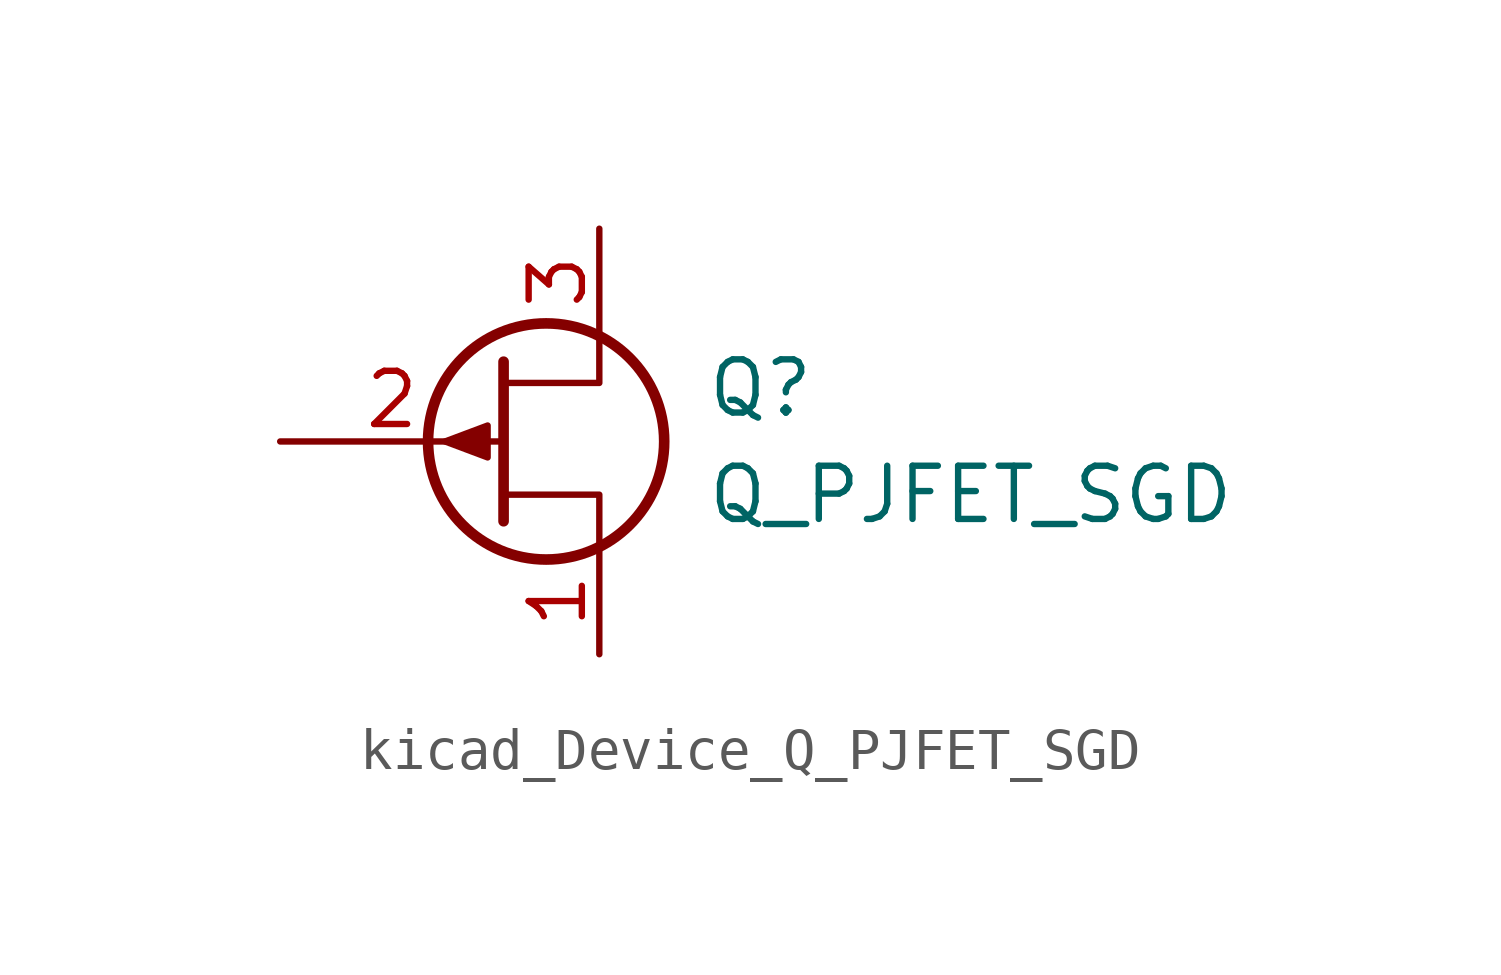
<source format=kicad_sym>
(kicad_symbol_lib
  (version 20220914)
  (generator kicad_symbol_editor)
  (symbol "kicad_Device_Q_PJFET_SGD"
    (pin_names
      (offset 0) hide)
    (property "Reference" "Q"
      (at 5.08 1.27 0)
      (effects (font (size 1.27 1.27)) (justify left)))
    (property "Value" "Q_PJFET_SGD"
      (at 5.08 -1.27 0)
      (effects (font (size 1.27 1.27)) (justify left)))
    (symbol "kicad_Device_Q_PJFET_SGD_0_1"
      (polyline (pts (xy 0.254 1.905) (xy 0.254 -1.905) (xy 0.254 -1.905)) (stroke (width 0.254) (type default)) (fill (type none)))
      (polyline (pts (xy 2.54 -2.54) (xy 2.54 -1.27) (xy 0.254 -1.27)) (stroke (width 0) (type default)) (fill (type none)))
      (polyline (pts (xy 2.54 2.54) (xy 2.54 1.397) (xy 0.254 1.397)) (stroke (width 0) (type default)) (fill (type none)))
      (polyline (pts (xy -1.143 0) (xy -0.127 0.381) (xy -0.127 -0.381) (xy -1.143 0)) (stroke (width 0) (type default)) (fill (type outline)))
      (circle (center 1.27 0) (radius 2.819) (stroke (width 0.254) (type default)) (fill (type none))))
    (symbol "kicad_Device_Q_PJFET_SGD_1_1"
      (pin passive line (at 2.54 -5.08 90) (length 2.54) (name "S" (effects (font (size 1.27 1.27)))) (number "1" (effects (font (size 1.27 1.27)))))
      (pin input line (at -5.08 0 0) (length 5.334) (name "G" (effects (font (size 1.27 1.27)))) (number "2" (effects (font (size 1.27 1.27)))))
      (pin passive line (at 2.54 5.08 270) (length 2.54) (name "D" (effects (font (size 1.27 1.27)))) (number "3" (effects (font (size 1.27 1.27))))))))
</source>
